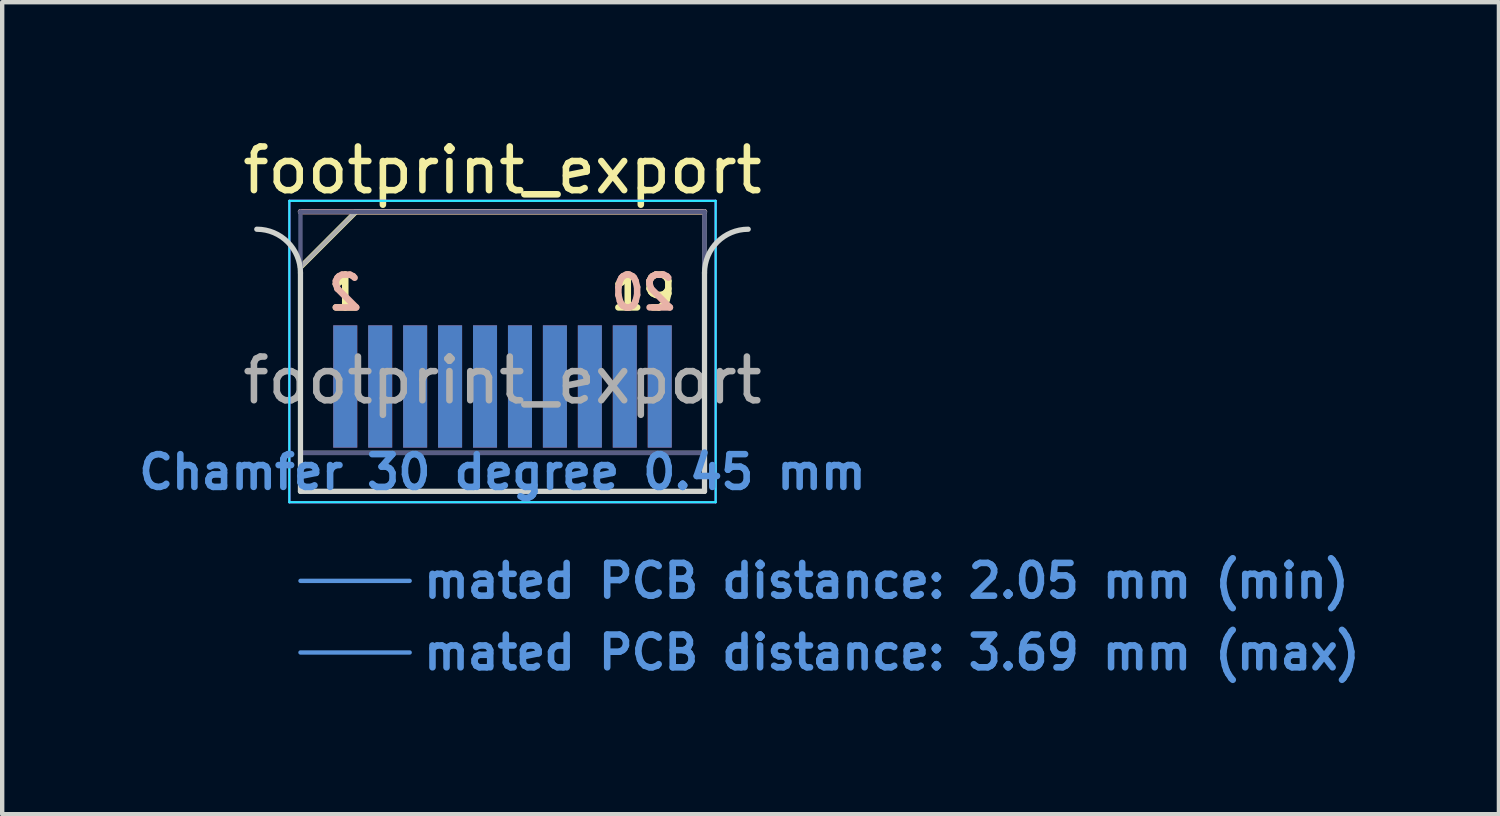
<source format=kicad_pcb>
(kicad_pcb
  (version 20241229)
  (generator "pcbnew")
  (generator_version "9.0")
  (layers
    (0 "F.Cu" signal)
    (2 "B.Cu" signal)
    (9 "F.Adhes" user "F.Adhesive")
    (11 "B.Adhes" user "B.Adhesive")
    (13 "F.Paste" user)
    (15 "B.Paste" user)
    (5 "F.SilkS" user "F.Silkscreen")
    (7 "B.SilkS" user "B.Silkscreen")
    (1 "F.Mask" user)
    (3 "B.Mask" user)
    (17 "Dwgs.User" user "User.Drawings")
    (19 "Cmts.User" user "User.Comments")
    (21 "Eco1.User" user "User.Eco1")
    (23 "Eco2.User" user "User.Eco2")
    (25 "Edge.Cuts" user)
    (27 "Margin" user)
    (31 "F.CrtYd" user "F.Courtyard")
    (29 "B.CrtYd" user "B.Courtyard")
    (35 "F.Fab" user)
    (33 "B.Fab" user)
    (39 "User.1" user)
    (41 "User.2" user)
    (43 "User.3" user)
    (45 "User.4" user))
  (footprint "footprint_export"
    (layer "F.Cu")
    (at 8.454 8.198)
    (property "Reference" "footprint_export" (at 0 -7.35 0) (layer "F.SilkS") (effects (font (size 1 1) (thickness 0.15))))
    (attr exclude_from_pos_files exclude_from_bom)
    (fp_line (start -4.625 -5.13) (end -3.355 -6.4) (stroke (width 0.12) (type solid)) (layer "F.SilkS"))
    (fp_line (start -3.355 -6.4) (end 4.625 -6.4) (stroke (width 0.12) (type solid)) (layer "F.SilkS"))
    (fp_line (start -4.625 -6.4) (end -4.625 -6.4) (stroke (width 0.12) (type solid)) (layer "B.SilkS"))
    (fp_line (start -4.625 -6.4) (end 4.625 -6.4) (stroke (width 0.12) (type solid)) (layer "B.SilkS"))
    (fp_line (start -4.625 2.05) (end -2.125 2.05) (stroke (width 0.1) (type solid)) (layer "Cmts.User"))
    (fp_line (start -4.625 3.69) (end -2.125 3.69) (stroke (width 0.1) (type solid)) (layer "Cmts.User"))
    (fp_line (start -4.625 -5) (end -4.625 0) (stroke (width 0.12) (type solid)) (layer "Edge.Cuts"))
    (fp_line (start -4.625 0) (end 4.625 0) (stroke (width 0.12) (type solid)) (layer "Edge.Cuts"))
    (fp_line (start 4.625 0) (end 4.625 -5) (stroke (width 0.12) (type solid)) (layer "Edge.Cuts"))
    (fp_arc (start -5.625 -6) (mid -4.917893 -5.707107) (end -4.625 -5) (stroke (width 0.12) (type solid)) (layer "Edge.Cuts"))
    (fp_arc (start 4.625 -5) (mid 4.917893 -5.707107) (end 5.625 -6) (stroke (width 0.12) (type solid)) (layer "Edge.Cuts"))
    (fp_line (start -4.88 -6.65) (end -4.88 0.25) (stroke (width 0.05) (type solid)) (layer "B.CrtYd"))
    (fp_line (start -4.88 0.25) (end 4.88 0.25) (stroke (width 0.05) (type solid)) (layer "B.CrtYd"))
    (fp_line (start 4.88 -6.65) (end -4.88 -6.65) (stroke (width 0.05) (type solid)) (layer "B.CrtYd"))
    (fp_line (start 4.88 0.25) (end 4.88 -6.65) (stroke (width 0.05) (type solid)) (layer "B.CrtYd"))
    (fp_line (start -4.88 -6.65) (end -4.88 0.25) (stroke (width 0.05) (type solid)) (layer "F.CrtYd"))
    (fp_line (start -4.88 0.25) (end 4.88 0.25) (stroke (width 0.05) (type solid)) (layer "F.CrtYd"))
    (fp_line (start 4.88 -6.65) (end -4.88 -6.65) (stroke (width 0.05) (type solid)) (layer "F.CrtYd"))
    (fp_line (start 4.88 0.25) (end 4.88 -6.65) (stroke (width 0.05) (type solid)) (layer "F.CrtYd"))
    (fp_line (start -4.625 -6.4) (end -4.625 -6.4) (stroke (width 0.1) (type solid)) (layer "B.Fab"))
    (fp_line (start -4.625 -6.4) (end -4.625 0) (stroke (width 0.1) (type solid)) (layer "B.Fab"))
    (fp_line (start -4.625 -6.4) (end 4.625 -6.4) (stroke (width 0.1) (type solid)) (layer "B.Fab"))
    (fp_line (start -4.625 -0.88) (end 4.625 -0.88) (stroke (width 0.1) (type solid)) (layer "B.Fab"))
    (fp_line (start -4.625 0) (end 4.625 0) (stroke (width 0.1) (type solid)) (layer "B.Fab"))
    (fp_line (start 4.625 -6.4) (end 4.625 0) (stroke (width 0.1) (type solid)) (layer "B.Fab"))
    (fp_line (start -4.625 -5.13) (end -4.625 0) (stroke (width 0.1) (type solid)) (layer "F.Fab"))
    (fp_line (start -4.625 -5.13) (end -3.355 -6.4) (stroke (width 0.1) (type solid)) (layer "F.Fab"))
    (fp_line (start -4.625 -0.88) (end 4.625 -0.88) (stroke (width 0.1) (type solid)) (layer "F.Fab"))
    (fp_line (start -4.625 0) (end 4.625 0) (stroke (width 0.1) (type solid)) (layer "F.Fab"))
    (fp_line (start -3.355 -6.4) (end 4.625 -6.4) (stroke (width 0.1) (type solid)) (layer "F.Fab"))
    (fp_line (start 4.625 -6.4) (end 4.625 0) (stroke (width 0.1) (type solid)) (layer "F.Fab"))
    (fp_text user "19" (at 3.225 -4.55 0) (layer "F.SilkS") (effects (font (size 0.75 0.75) (thickness 0.15))))
    (fp_text user "1" (at -3.6 -4.55 0) (layer "F.SilkS") (effects (font (size 0.75 0.75) (thickness 0.15))))
    (fp_text user "20" (at 3.225 -4.55 0) (layer "B.SilkS") (effects (font (size 0.75 0.75) (thickness 0.15)) (justify mirror)))
    (fp_text user "2" (at -3.6 -4.55 0) (layer "B.SilkS") (effects (font (size 0.75 0.75) (thickness 0.15)) (justify mirror)))
    (fp_text user "Chamfer 30 degree 0.45 mm" (at 0 -0.44 0) (layer "Cmts.User") (effects (font (size 0.75 0.75) (thickness 0.15))))
    (fp_text user "mated PCB distance: 2.05 mm (min)" (at -1.88 2.05 0) (layer "Cmts.User") (effects (font (size 0.75 0.75) (thickness 0.15)) (justify left)))
    (fp_text user "mated PCB distance: 3.69 mm (max)" (at -1.88 3.69 0) (layer "Cmts.User") (effects (font (size 0.75 0.75) (thickness 0.15)) (justify left)))
    (fp_text user "${REFERENCE}" (at 0 -2.54 0) (layer "F.Fab") (effects (font (size 1 1) (thickness 0.15))))
    (pad "1" connect rect (at -3.6 -2.4) (size 0.55 2.8) (layers "F.Cu" "F.Mask"))
    (pad "2" connect rect (at -3.6 -2.4) (size 0.55 2.8) (layers "B.Cu" "B.Mask"))
    (pad "3" connect rect (at -2.8 -2.4) (size 0.55 2.8) (layers "F.Cu" "F.Mask"))
    (pad "4" connect rect (at -2.8 -2.4) (size 0.55 2.8) (layers "B.Cu" "B.Mask"))
    (pad "5" connect rect (at -2 -2.4) (size 0.55 2.8) (layers "F.Cu" "F.Mask"))
    (pad "6" connect rect (at -2 -2.4) (size 0.55 2.8) (layers "B.Cu" "B.Mask"))
    (pad "7" connect rect (at -1.2 -2.4) (size 0.55 2.8) (layers "F.Cu" "F.Mask"))
    (pad "8" connect rect (at -1.2 -2.4) (size 0.55 2.8) (layers "B.Cu" "B.Mask"))
    (pad "9" connect rect (at -0.4 -2.4) (size 0.55 2.8) (layers "F.Cu" "F.Mask"))
    (pad "10" connect rect (at -0.4 -2.4) (size 0.55 2.8) (layers "B.Cu" "B.Mask"))
    (pad "11" connect rect (at 0.4 -2.4) (size 0.55 2.8) (layers "F.Cu" "F.Mask"))
    (pad "12" connect rect (at 0.4 -2.4) (size 0.55 2.8) (layers "B.Cu" "B.Mask"))
    (pad "13" connect rect (at 1.2 -2.4) (size 0.55 2.8) (layers "F.Cu" "F.Mask"))
    (pad "14" connect rect (at 1.2 -2.4) (size 0.55 2.8) (layers "B.Cu" "B.Mask"))
    (pad "15" connect rect (at 2 -2.4) (size 0.55 2.8) (layers "F.Cu" "F.Mask"))
    (pad "16" connect rect (at 2 -2.4) (size 0.55 2.8) (layers "B.Cu" "B.Mask"))
    (pad "17" connect rect (at 2.8 -2.4) (size 0.55 2.8) (layers "F.Cu" "F.Mask"))
    (pad "18" connect rect (at 2.8 -2.4) (size 0.55 2.8) (layers "B.Cu" "B.Mask"))
    (pad "19" connect rect (at 3.6 -2.4) (size 0.55 2.8) (layers "F.Cu" "F.Mask"))
    (pad "20" connect rect (at 3.6 -2.4) (size 0.55 2.8) (layers "B.Cu" "B.Mask")))
  (gr_rect
    (start -3 -3)
    (end 31.266 15.59)
    (stroke (width 0.1) (type default))
    (fill no)
    (layer "Edge.Cuts")))
</source>
